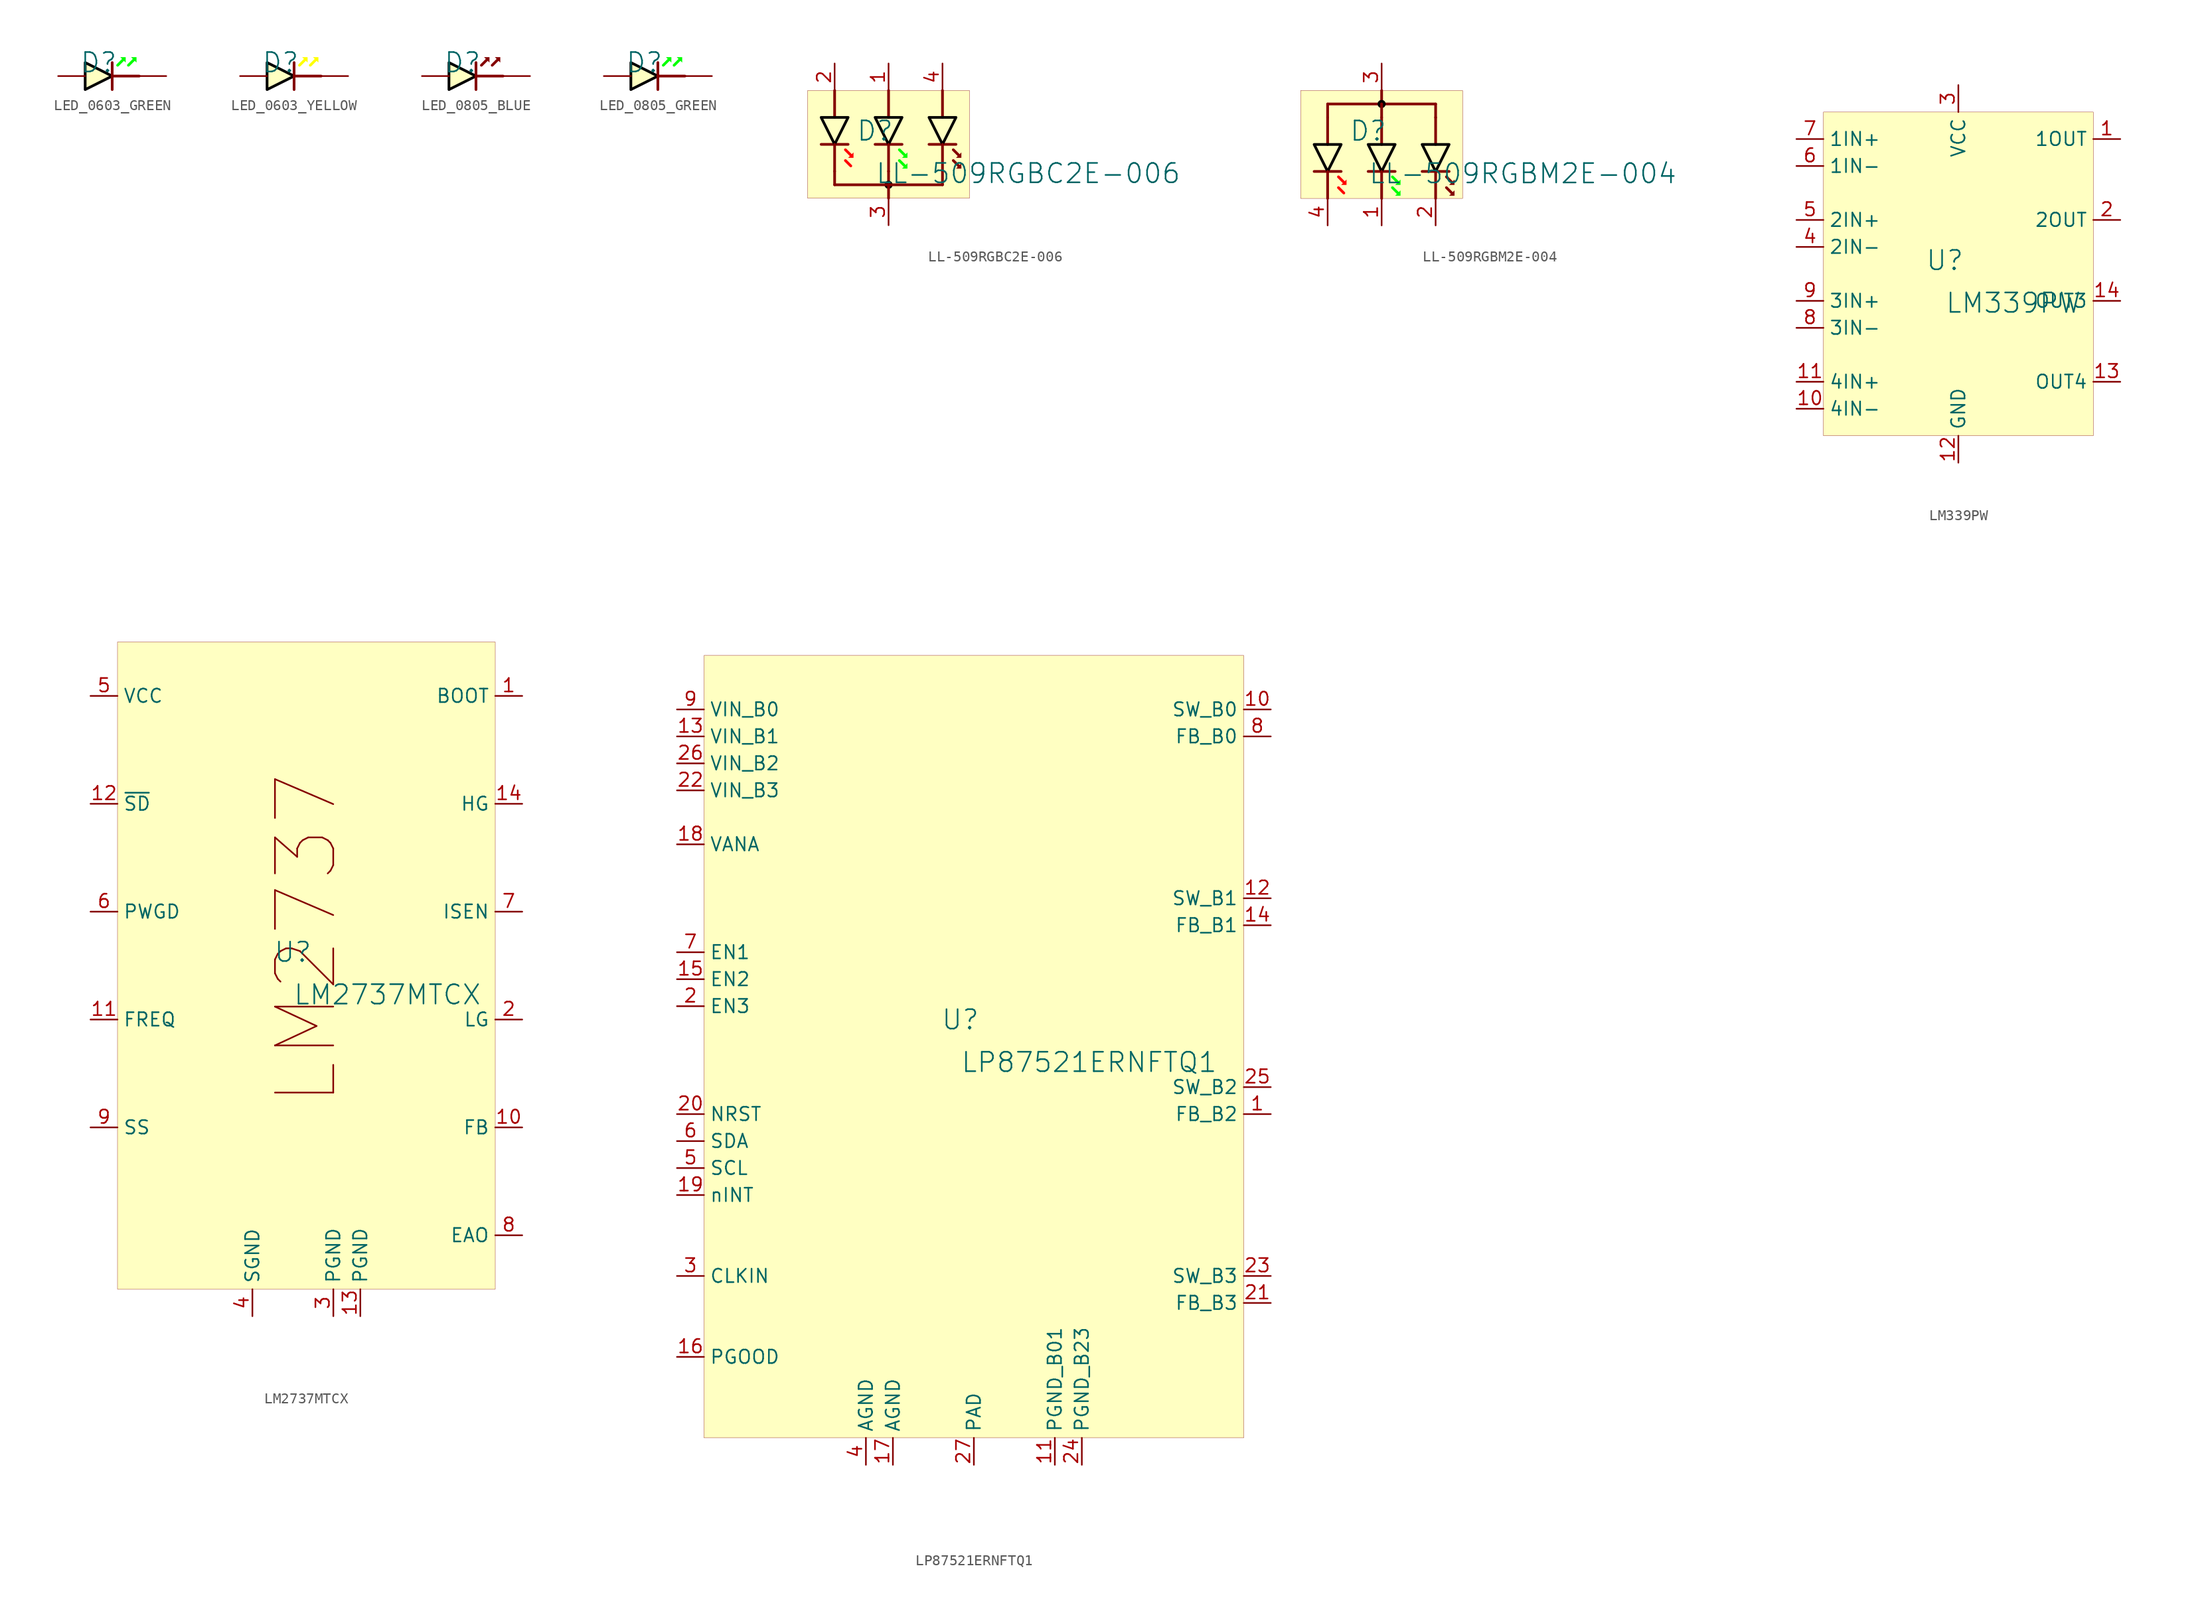
<source format=kicad_sym>
(kicad_symbol_lib
  (version 20231120)
  (generator "kicad_symbol_editor")
  (generator_version "8.0")
  (symbol "LED_0603_GREEN"
    (property "Reference" "D"
      (at -1.27 1.27 0)
      (effects (font (size 1.829 1.829))))
    (symbol "LED_0603_GREEN_1_0"
      (polyline (pts (xy 0 -1.27) (xy 0 1.27)) (stroke (width 0.254) (type solid)) (fill (type none)))
      (polyline (pts (xy 1.016 1.524) (xy 0.508 1.016)) (stroke (width 0.254) (type solid) (color 0 255 0 1)) (fill (type none)))
      (polyline (pts (xy 2.032 1.524) (xy 1.524 1.016)) (stroke (width 0.254) (type solid) (color 0 255 0 1)) (fill (type none)))
      (polyline (pts (xy 2.54 0) (xy 0 0)) (stroke (width 0.254) (type solid)) (fill (type none)))
      (polyline (pts (xy 0.762 1.778) (xy 1.27 1.27) (xy 1.27 1.778) (xy 0.762 1.778) (xy 0.762 1.778)) (stroke (width -0.0001) (type solid) (color 0 255 0 1)) (fill (type outline)))
      (polyline (pts (xy 1.778 1.778) (xy 2.286 1.27) (xy 2.286 1.778) (xy 1.778 1.778) (xy 1.778 1.778)) (stroke (width -0.0001) (type solid) (color 0 255 0 1)) (fill (type outline)))
      (polyline (pts (xy -2.54 0) (xy -2.54 1.27) (xy 0 0) (xy -2.54 -1.27) (xy -2.54 0) (xy -2.54 0)) (stroke (width 0.254) (type solid) (color 0 0 0 1)) (fill (type background)))
      (pin passive line (at -5.08 0 0) (length 2.54) (name "A" (effects (font (size 0 0)))) (number "A" (effects (font (size 0 0)))))
      (pin passive line (at 5.08 0 180) (length 2.54) (name "K" (effects (font (size 0 0)))) (number "K" (effects (font (size 0 0)))))))
  (symbol "LED_0603_YELLOW"
    (property "Reference" "D"
      (at -1.27 1.27 0)
      (effects (font (size 1.829 1.829))))
    (symbol "LED_0603_YELLOW_1_0"
      (polyline (pts (xy 0 -1.27) (xy 0 1.27)) (stroke (width 0.254) (type solid)) (fill (type none)))
      (polyline (pts (xy 1.016 1.524) (xy 0.508 1.016)) (stroke (width 0.254) (type solid) (color 255 255 0 1)) (fill (type none)))
      (polyline (pts (xy 2.032 1.524) (xy 1.524 1.016)) (stroke (width 0.254) (type solid) (color 255 255 0 1)) (fill (type none)))
      (polyline (pts (xy 2.54 0) (xy 0 0)) (stroke (width 0.254) (type solid)) (fill (type none)))
      (polyline (pts (xy 0.762 1.778) (xy 1.27 1.27) (xy 1.27 1.778) (xy 0.762 1.778) (xy 0.762 1.778)) (stroke (width -0.0001) (type solid) (color 255 255 0 1)) (fill (type outline)))
      (polyline (pts (xy 1.778 1.778) (xy 2.286 1.27) (xy 2.286 1.778) (xy 1.778 1.778) (xy 1.778 1.778)) (stroke (width -0.0001) (type solid) (color 255 255 0 1)) (fill (type outline)))
      (polyline (pts (xy -2.54 0) (xy -2.54 1.27) (xy 0 0) (xy -2.54 -1.27) (xy -2.54 0) (xy -2.54 0)) (stroke (width 0.254) (type solid) (color 0 0 0 1)) (fill (type background)))
      (pin passive line (at -5.08 0 0) (length 2.54) (name "A" (effects (font (size 0 0)))) (number "A" (effects (font (size 0 0)))))
      (pin passive line (at 5.08 0 180) (length 2.54) (name "K" (effects (font (size 0 0)))) (number "K" (effects (font (size 0 0)))))))
  (symbol "LED_0805_BLUE"
    (property "Reference" "D"
      (at -1.27 1.27 0)
      (effects (font (size 1.829 1.829))))
    (symbol "LED_0805_BLUE_1_0"
      (polyline (pts (xy 0 -1.27) (xy 0 1.27)) (stroke (width 0.254) (type solid)) (fill (type none)))
      (polyline (pts (xy 1.016 1.524) (xy 0.508 1.016)) (stroke (width 0.254) (type solid)) (fill (type none)))
      (polyline (pts (xy 2.032 1.524) (xy 1.524 1.016)) (stroke (width 0.254) (type solid)) (fill (type none)))
      (polyline (pts (xy 2.54 0) (xy 0 0)) (stroke (width 0.254) (type solid)) (fill (type none)))
      (polyline (pts (xy 0.762 1.778) (xy 1.27 1.27) (xy 1.27 1.778) (xy 0.762 1.778) (xy 0.762 1.778)) (stroke (width -0.0001) (type solid)) (fill (type outline)))
      (polyline (pts (xy 1.778 1.778) (xy 2.286 1.27) (xy 2.286 1.778) (xy 1.778 1.778) (xy 1.778 1.778)) (stroke (width -0.0001) (type solid)) (fill (type outline)))
      (polyline (pts (xy -2.54 0) (xy -2.54 1.27) (xy 0 0) (xy -2.54 -1.27) (xy -2.54 0) (xy -2.54 0)) (stroke (width 0.254) (type solid) (color 0 0 0 1)) (fill (type background)))
      (pin passive line (at -5.08 0 0) (length 2.54) (name "A" (effects (font (size 0 0)))) (number "A" (effects (font (size 0 0)))))
      (pin passive line (at 5.08 0 180) (length 2.54) (name "K" (effects (font (size 0 0)))) (number "K" (effects (font (size 0 0)))))))
  (symbol "LED_0805_GREEN"
    (property "Reference" "D"
      (at -1.27 1.27 0)
      (effects (font (size 1.829 1.829))))
    (symbol "LED_0805_GREEN_1_0"
      (polyline (pts (xy 0 -1.27) (xy 0 1.27)) (stroke (width 0.254) (type solid)) (fill (type none)))
      (polyline (pts (xy 1.016 1.524) (xy 0.508 1.016)) (stroke (width 0.254) (type solid) (color 0 255 0 1)) (fill (type none)))
      (polyline (pts (xy 2.032 1.524) (xy 1.524 1.016)) (stroke (width 0.254) (type solid) (color 0 255 0 1)) (fill (type none)))
      (polyline (pts (xy 2.54 0) (xy 0 0)) (stroke (width 0.254) (type solid)) (fill (type none)))
      (polyline (pts (xy 0.762 1.778) (xy 1.27 1.27) (xy 1.27 1.778) (xy 0.762 1.778) (xy 0.762 1.778)) (stroke (width -0.0001) (type solid) (color 0 255 0 1)) (fill (type outline)))
      (polyline (pts (xy 1.778 1.778) (xy 2.286 1.27) (xy 2.286 1.778) (xy 1.778 1.778) (xy 1.778 1.778)) (stroke (width -0.0001) (type solid) (color 0 255 0 1)) (fill (type outline)))
      (polyline (pts (xy -2.54 0) (xy -2.54 1.27) (xy 0 0) (xy -2.54 -1.27) (xy -2.54 0) (xy -2.54 0)) (stroke (width 0.254) (type solid) (color 0 0 0 1)) (fill (type background)))
      (pin passive line (at -5.08 0 0) (length 2.54) (name "A" (effects (font (size 0 0)))) (number "A" (effects (font (size 0 0)))))
      (pin passive line (at 5.08 0 180) (length 2.54) (name "K" (effects (font (size 0 0)))) (number "K" (effects (font (size 0 0)))))))
  (symbol "LL-509RGBC2E-006"
    (property "Reference" "D"
      (at -1.27 1.27 0)
      (effects (font (size 1.829 1.829))))
    (property "Value" "LL-509RGBC2E-006"
      (at -1.27 -3.81 0)
      (effects (font (size 1.829 1.829)) (justify left bottom)))
    (symbol "LL-509RGBC2E-006_1_0"
      (circle (center 0 -3.81) (radius 0.254) (stroke (width 0.254) (type solid) (color 0 0 0 1)) (fill (type none)))
      (polyline (pts (xy -6.35 0) (xy -3.81 0)) (stroke (width 0.254) (type solid)) (fill (type none)))
      (polyline (pts (xy -5.08 -3.81) (xy -5.08 -2.54)) (stroke (width 0.254) (type solid)) (fill (type none)))
      (polyline (pts (xy -5.08 -2.54) (xy -5.08 0)) (stroke (width 0.254) (type solid)) (fill (type none)))
      (polyline (pts (xy -5.08 2.54) (xy -5.08 5.08)) (stroke (width 0.254) (type solid)) (fill (type none)))
      (polyline (pts (xy -3.556 -2.032) (xy -4.064 -1.524)) (stroke (width 0.254) (type solid) (color 255 0 0 1)) (fill (type none)))
      (polyline (pts (xy -3.556 -1.016) (xy -4.064 -0.508)) (stroke (width 0.254) (type solid) (color 255 0 0 1)) (fill (type none)))
      (polyline (pts (xy -1.27 0) (xy 1.27 0)) (stroke (width 0.254) (type solid)) (fill (type none)))
      (polyline (pts (xy 0 -5.08) (xy 0 -3.81)) (stroke (width 0.254) (type solid)) (fill (type none)))
      (polyline (pts (xy 0 -3.81) (xy 0 -2.54)) (stroke (width 0.254) (type solid)) (fill (type none)))
      (polyline (pts (xy 0 -2.54) (xy 0 0)) (stroke (width 0.254) (type solid)) (fill (type none)))
      (polyline (pts (xy 0 2.54) (xy 0 5.08)) (stroke (width 0.254) (type solid)) (fill (type none)))
      (polyline (pts (xy 1.524 -2.032) (xy 1.016 -1.524)) (stroke (width 0.254) (type solid) (color 0 255 0 1)) (fill (type none)))
      (polyline (pts (xy 1.524 -1.016) (xy 1.016 -0.508)) (stroke (width 0.254) (type solid) (color 0 255 0 1)) (fill (type none)))
      (polyline (pts (xy 3.81 0) (xy 6.35 0)) (stroke (width 0.254) (type solid)) (fill (type none)))
      (polyline (pts (xy 5.08 -3.81) (xy -5.08 -3.81)) (stroke (width 0.254) (type solid)) (fill (type none)))
      (polyline (pts (xy 5.08 -3.81) (xy 5.08 -2.54)) (stroke (width 0.254) (type solid)) (fill (type none)))
      (polyline (pts (xy 5.08 -2.54) (xy 5.08 0)) (stroke (width 0.254) (type solid)) (fill (type none)))
      (polyline (pts (xy 5.08 2.54) (xy 5.08 5.08)) (stroke (width 0.254) (type solid)) (fill (type none)))
      (polyline (pts (xy 6.604 -2.032) (xy 6.096 -1.524)) (stroke (width 0.254) (type solid)) (fill (type none)))
      (polyline (pts (xy 6.604 -1.016) (xy 6.096 -0.508)) (stroke (width 0.254) (type solid)) (fill (type none)))
      (polyline (pts (xy -3.302 -0.762) (xy -3.81 -1.27) (xy -3.302 -1.27) (xy -3.302 -0.762) (xy -3.302 -0.762)) (stroke (width -0.0001) (type solid) (color 255 0 0 1)) (fill (type outline)))
      (polyline (pts (xy 1.778 -1.778) (xy 1.27 -2.286) (xy 1.778 -2.286) (xy 1.778 -1.778) (xy 1.778 -1.778)) (stroke (width -0.0001) (type solid) (color 0 255 0 1)) (fill (type outline)))
      (polyline (pts (xy 1.778 -0.762) (xy 1.27 -1.27) (xy 1.778 -1.27) (xy 1.778 -0.762) (xy 1.778 -0.762)) (stroke (width -0.0001) (type solid) (color 0 255 0 1)) (fill (type outline)))
      (polyline (pts (xy 6.858 -1.778) (xy 6.35 -2.286) (xy 6.858 -2.286) (xy 6.858 -1.778) (xy 6.858 -1.778)) (stroke (width -0.0001) (type solid)) (fill (type outline)))
      (polyline (pts (xy 6.858 -0.762) (xy 6.35 -1.27) (xy 6.858 -1.27) (xy 6.858 -0.762) (xy 6.858 -0.762)) (stroke (width -0.0001) (type solid)) (fill (type outline)))
      (polyline (pts (xy -5.08 2.54) (xy -3.81 2.54) (xy -5.08 0) (xy -6.35 2.54) (xy -5.08 2.54) (xy -5.08 2.54)) (stroke (width 0.254) (type solid) (color 0 0 0 1)) (fill (type background)))
      (polyline (pts (xy 0 2.54) (xy 1.27 2.54) (xy 0 0) (xy -1.27 2.54) (xy 0 2.54) (xy 0 2.54)) (stroke (width 0.254) (type solid) (color 0 0 0 1)) (fill (type background)))
      (polyline (pts (xy 5.08 2.54) (xy 6.35 2.54) (xy 5.08 0) (xy 3.81 2.54) (xy 5.08 2.54) (xy 5.08 2.54)) (stroke (width 0.254) (type solid) (color 0 0 0 1)) (fill (type background)))
      (rectangle (start 7.62 5.08) (end -7.62 -5.08) (stroke (width 0.025) (type solid) (color 128 0 0 1)) (fill (type background)))
      (pin passive line (at 0 7.62 270) (length 2.54) (name "AG" (effects (font (size 0 0)))) (number "1" (effects (font (size 1.27 1.27)))))
      (pin passive line (at -5.08 7.62 270) (length 2.54) (name "AR" (effects (font (size 0 0)))) (number "2" (effects (font (size 1.27 1.27)))))
      (pin passive line (at 0 -7.62 90) (length 2.54) (name "CC" (effects (font (size 0 0)))) (number "3" (effects (font (size 1.27 1.27)))))
      (pin passive line (at 5.08 7.62 270) (length 2.54) (name "AB" (effects (font (size 0 0)))) (number "4" (effects (font (size 1.27 1.27)))))))
  (symbol "LL-509RGBM2E-004"
    (property "Reference" "D"
      (at -1.27 1.27 0)
      (effects (font (size 1.829 1.829))))
    (property "Value" "LL-509RGBM2E-004"
      (at -1.27 -3.81 0)
      (effects (font (size 1.829 1.829)) (justify left bottom)))
    (symbol "LL-509RGBM2E-004_1_0"
      (polyline (pts (xy -6.35 -2.54) (xy -3.81 -2.54)) (stroke (width 0.254) (type solid)) (fill (type none)))
      (polyline (pts (xy -5.08 -5.08) (xy -5.08 -2.54)) (stroke (width 0.254) (type solid)) (fill (type none)))
      (polyline (pts (xy -5.08 0) (xy -5.08 2.54)) (stroke (width 0.254) (type solid)) (fill (type none)))
      (polyline (pts (xy -5.08 3.81) (xy -5.08 2.54)) (stroke (width 0.254) (type solid)) (fill (type none)))
      (polyline (pts (xy -5.08 3.81) (xy 5.08 3.81)) (stroke (width 0.254) (type solid)) (fill (type none)))
      (polyline (pts (xy -3.556 -4.572) (xy -4.064 -4.064)) (stroke (width 0.254) (type solid) (color 255 0 0 1)) (fill (type none)))
      (polyline (pts (xy -3.556 -3.556) (xy -4.064 -3.048)) (stroke (width 0.254) (type solid) (color 255 0 0 1)) (fill (type none)))
      (polyline (pts (xy -1.27 -2.54) (xy 1.27 -2.54)) (stroke (width 0.254) (type solid)) (fill (type none)))
      (polyline (pts (xy 0 -5.08) (xy 0 -2.54)) (stroke (width 0.254) (type solid)) (fill (type none)))
      (polyline (pts (xy 0 0) (xy 0 2.54)) (stroke (width 0.254) (type solid)) (fill (type none)))
      (polyline (pts (xy 0 3.81) (xy 0 2.54)) (stroke (width 0.254) (type solid)) (fill (type none)))
      (polyline (pts (xy 0 5.08) (xy 0 3.81)) (stroke (width 0.254) (type solid)) (fill (type none)))
      (polyline (pts (xy 1.524 -4.572) (xy 1.016 -4.064)) (stroke (width 0.254) (type solid) (color 0 255 0 1)) (fill (type none)))
      (polyline (pts (xy 1.524 -3.556) (xy 1.016 -3.048)) (stroke (width 0.254) (type solid) (color 0 255 0 1)) (fill (type none)))
      (polyline (pts (xy 3.81 -2.54) (xy 6.35 -2.54)) (stroke (width 0.254) (type solid)) (fill (type none)))
      (polyline (pts (xy 5.08 -5.08) (xy 5.08 -2.54)) (stroke (width 0.254) (type solid)) (fill (type none)))
      (polyline (pts (xy 5.08 0) (xy 5.08 2.54)) (stroke (width 0.254) (type solid)) (fill (type none)))
      (polyline (pts (xy 5.08 3.81) (xy 5.08 2.54)) (stroke (width 0.254) (type solid)) (fill (type none)))
      (polyline (pts (xy 6.604 -4.572) (xy 6.096 -4.064)) (stroke (width 0.254) (type solid)) (fill (type none)))
      (polyline (pts (xy 6.604 -3.556) (xy 6.096 -3.048)) (stroke (width 0.254) (type solid)) (fill (type none)))
      (polyline (pts (xy -3.302 -3.302) (xy -3.81 -3.81) (xy -3.302 -3.81) (xy -3.302 -3.302) (xy -3.302 -3.302)) (stroke (width -0.0001) (type solid) (color 255 0 0 1)) (fill (type outline)))
      (polyline (pts (xy 1.778 -4.318) (xy 1.27 -4.826) (xy 1.778 -4.826) (xy 1.778 -4.318) (xy 1.778 -4.318)) (stroke (width -0.0001) (type solid) (color 0 255 0 1)) (fill (type outline)))
      (polyline (pts (xy 1.778 -3.302) (xy 1.27 -3.81) (xy 1.778 -3.81) (xy 1.778 -3.302) (xy 1.778 -3.302)) (stroke (width -0.0001) (type solid) (color 0 255 0 1)) (fill (type outline)))
      (polyline (pts (xy 6.858 -4.318) (xy 6.35 -4.826) (xy 6.858 -4.826) (xy 6.858 -4.318) (xy 6.858 -4.318)) (stroke (width -0.0001) (type solid)) (fill (type outline)))
      (polyline (pts (xy 6.858 -3.302) (xy 6.35 -3.81) (xy 6.858 -3.81) (xy 6.858 -3.302) (xy 6.858 -3.302)) (stroke (width -0.0001) (type solid)) (fill (type outline)))
      (polyline (pts (xy -5.08 0) (xy -3.81 0) (xy -5.08 -2.54) (xy -6.35 0) (xy -5.08 0) (xy -5.08 0)) (stroke (width 0.254) (type solid) (color 0 0 0 1)) (fill (type background)))
      (polyline (pts (xy 0 0) (xy 1.27 0) (xy 0 -2.54) (xy -1.27 0) (xy 0 0) (xy 0 0)) (stroke (width 0.254) (type solid) (color 0 0 0 1)) (fill (type background)))
      (polyline (pts (xy 5.08 0) (xy 6.35 0) (xy 5.08 -2.54) (xy 3.81 0) (xy 5.08 0) (xy 5.08 0)) (stroke (width 0.254) (type solid) (color 0 0 0 1)) (fill (type background)))
      (circle (center 0 3.81) (radius 0.254) (stroke (width 0.254) (type solid) (color 0 0 0 1)) (fill (type none)))
      (rectangle (start 7.62 5.08) (end -7.62 -5.08) (stroke (width 0.025) (type solid) (color 128 0 0 1)) (fill (type background)))
      (pin passive line (at 0 -7.62 90) (length 2.54) (name "CG" (effects (font (size 0 0)))) (number "1" (effects (font (size 1.27 1.27)))))
      (pin passive line (at 5.08 -7.62 90) (length 2.54) (name "CB" (effects (font (size 0 0)))) (number "2" (effects (font (size 1.27 1.27)))))
      (pin passive line (at 0 7.62 270) (length 2.54) (name "AC" (effects (font (size 0 0)))) (number "3" (effects (font (size 1.27 1.27)))))
      (pin passive line (at -5.08 -7.62 90) (length 2.54) (name "CR" (effects (font (size 0 0)))) (number "4" (effects (font (size 1.27 1.27)))))))
  (symbol "LM339PW"
    (property "Reference" "U"
      (at -1.27 1.27 0)
      (effects (font (size 1.829 1.829))))
    (property "Value" "LM339PW"
      (at -1.27 -3.81 0)
      (effects (font (size 1.829 1.829)) (justify left bottom)))
    (symbol "LM339PW_1_0"
      (rectangle (start 12.7 15.24) (end -12.7 -15.24) (stroke (width 0.025) (type solid) (color 128 0 0 1)) (fill (type background)))
      (pin passive line (at 15.24 12.7 180) (length 2.54) (name "1OUT" (effects (font (size 1.27 1.27)))) (number "1" (effects (font (size 1.27 1.27)))))
      (pin passive line (at -15.24 -12.7 0) (length 2.54) (name "4IN-" (effects (font (size 1.27 1.27)))) (number "10" (effects (font (size 1.27 1.27)))))
      (pin passive line (at -15.24 -10.16 0) (length 2.54) (name "4IN+" (effects (font (size 1.27 1.27)))) (number "11" (effects (font (size 1.27 1.27)))))
      (pin passive line (at 0 -17.78 90) (length 2.54) (name "GND" (effects (font (size 1.27 1.27)))) (number "12" (effects (font (size 1.27 1.27)))))
      (pin passive line (at 15.24 -10.16 180) (length 2.54) (name "OUT4" (effects (font (size 1.27 1.27)))) (number "13" (effects (font (size 1.27 1.27)))))
      (pin passive line (at 15.24 -2.54 180) (length 2.54) (name "OUT3" (effects (font (size 1.27 1.27)))) (number "14" (effects (font (size 1.27 1.27)))))
      (pin passive line (at 15.24 5.08 180) (length 2.54) (name "2OUT" (effects (font (size 1.27 1.27)))) (number "2" (effects (font (size 1.27 1.27)))))
      (pin passive line (at 0 17.78 270) (length 2.54) (name "VCC" (effects (font (size 1.27 1.27)))) (number "3" (effects (font (size 1.27 1.27)))))
      (pin passive line (at -15.24 2.54 0) (length 2.54) (name "2IN-" (effects (font (size 1.27 1.27)))) (number "4" (effects (font (size 1.27 1.27)))))
      (pin passive line (at -15.24 5.08 0) (length 2.54) (name "2IN+" (effects (font (size 1.27 1.27)))) (number "5" (effects (font (size 1.27 1.27)))))
      (pin passive line (at -15.24 10.16 0) (length 2.54) (name "1IN-" (effects (font (size 1.27 1.27)))) (number "6" (effects (font (size 1.27 1.27)))))
      (pin passive line (at -15.24 12.7 0) (length 2.54) (name "1IN+" (effects (font (size 1.27 1.27)))) (number "7" (effects (font (size 1.27 1.27)))))
      (pin passive line (at -15.24 -5.08 0) (length 2.54) (name "3IN-" (effects (font (size 1.27 1.27)))) (number "8" (effects (font (size 1.27 1.27)))))
      (pin passive line (at -15.24 -2.54 0) (length 2.54) (name "3IN+" (effects (font (size 1.27 1.27)))) (number "9" (effects (font (size 1.27 1.27)))))))
  (symbol "LM2737MTCX"
    (property "Reference" "U"
      (at -1.27 1.27 0)
      (effects (font (size 1.829 1.829))))
    (property "Value" "LM2737MTCX"
      (at -1.27 -3.81 0)
      (effects (font (size 1.829 1.829)) (justify left bottom)))
    (symbol "LM2737MTCX_1_0"
      (rectangle (start 17.78 30.48) (end -17.78 -30.48) (stroke (width 0.025) (type solid) (color 128 0 0 1)) (fill (type background)))
      (text "LM2737" (at 0 2.54 900) (effects (font (size 5.486 5.486))))
      (pin output line (at 20.32 25.4 180) (length 2.54) (name "BOOT" (effects (font (size 1.27 1.27)))) (number "1" (effects (font (size 1.27 1.27)))))
      (pin input line (at 20.32 -15.24 180) (length 2.54) (name "FB" (effects (font (size 1.27 1.27)))) (number "10" (effects (font (size 1.27 1.27)))))
      (pin input line (at -20.32 -5.08 0) (length 2.54) (name "FREQ" (effects (font (size 1.27 1.27)))) (number "11" (effects (font (size 1.27 1.27)))))
      (pin input line (at -20.32 15.24 0) (length 2.54) (name "~{SD}" (effects (font (size 1.27 1.27)))) (number "12" (effects (font (size 1.27 1.27)))))
      (pin power_in line (at 5.08 -33.02 90) (length 2.54) (name "PGND" (effects (font (size 1.27 1.27)))) (number "13" (effects (font (size 1.27 1.27)))))
      (pin output line (at 20.32 15.24 180) (length 2.54) (name "HG" (effects (font (size 1.27 1.27)))) (number "14" (effects (font (size 1.27 1.27)))))
      (pin output line (at 20.32 -5.08 180) (length 2.54) (name "LG" (effects (font (size 1.27 1.27)))) (number "2" (effects (font (size 1.27 1.27)))))
      (pin power_in line (at 2.54 -33.02 90) (length 2.54) (name "PGND" (effects (font (size 1.27 1.27)))) (number "3" (effects (font (size 1.27 1.27)))))
      (pin power_in line (at -5.08 -33.02 90) (length 2.54) (name "SGND" (effects (font (size 1.27 1.27)))) (number "4" (effects (font (size 1.27 1.27)))))
      (pin power_in line (at -20.32 25.4 0) (length 2.54) (name "VCC" (effects (font (size 1.27 1.27)))) (number "5" (effects (font (size 1.27 1.27)))))
      (pin open_collector line (at -20.32 5.08 0) (length 2.54) (name "PWGD" (effects (font (size 1.27 1.27)))) (number "6" (effects (font (size 1.27 1.27)))))
      (pin input line (at 20.32 5.08 180) (length 2.54) (name "ISEN" (effects (font (size 1.27 1.27)))) (number "7" (effects (font (size 1.27 1.27)))))
      (pin input line (at 20.32 -25.4 180) (length 2.54) (name "EAO" (effects (font (size 1.27 1.27)))) (number "8" (effects (font (size 1.27 1.27)))))
      (pin input line (at -20.32 -15.24 0) (length 2.54) (name "SS" (effects (font (size 1.27 1.27)))) (number "9" (effects (font (size 1.27 1.27)))))))
  (symbol "LP87521ERNFTQ1"
    (property "Reference" "U"
      (at -1.27 1.27 0)
      (effects (font (size 1.829 1.829))))
    (property "Value" "LP87521ERNFTQ1"
      (at -1.27 -3.81 0)
      (effects (font (size 1.829 1.829)) (justify left bottom)))
    (symbol "LP87521ERNFTQ1_1_0"
      (rectangle (start 25.4 35.56) (end -25.4 -38.1) (stroke (width 0.025) (type solid) (color 128 0 0 1)) (fill (type background)))
      (pin passive line (at 27.94 -7.62 180) (length 2.54) (name "FB_B2" (effects (font (size 1.27 1.27)))) (number "1" (effects (font (size 1.27 1.27)))))
      (pin passive line (at 27.94 30.48 180) (length 2.54) (name "SW_B0" (effects (font (size 1.27 1.27)))) (number "10" (effects (font (size 1.27 1.27)))))
      (pin passive line (at 7.62 -40.64 90) (length 2.54) (name "PGND_B01" (effects (font (size 1.27 1.27)))) (number "11" (effects (font (size 1.27 1.27)))))
      (pin passive line (at 27.94 12.7 180) (length 2.54) (name "SW_B1" (effects (font (size 1.27 1.27)))) (number "12" (effects (font (size 1.27 1.27)))))
      (pin passive line (at -27.94 27.94 0) (length 2.54) (name "VIN_B1" (effects (font (size 1.27 1.27)))) (number "13" (effects (font (size 1.27 1.27)))))
      (pin passive line (at 27.94 10.16 180) (length 2.54) (name "FB_B1" (effects (font (size 1.27 1.27)))) (number "14" (effects (font (size 1.27 1.27)))))
      (pin passive line (at -27.94 5.08 0) (length 2.54) (name "EN2" (effects (font (size 1.27 1.27)))) (number "15" (effects (font (size 1.27 1.27)))))
      (pin passive line (at -27.94 -30.48 0) (length 2.54) (name "PGOOD" (effects (font (size 1.27 1.27)))) (number "16" (effects (font (size 1.27 1.27)))))
      (pin passive line (at -7.62 -40.64 90) (length 2.54) (name "AGND" (effects (font (size 1.27 1.27)))) (number "17" (effects (font (size 1.27 1.27)))))
      (pin passive line (at -27.94 17.78 0) (length 2.54) (name "VANA" (effects (font (size 1.27 1.27)))) (number "18" (effects (font (size 1.27 1.27)))))
      (pin passive line (at -27.94 -15.24 0) (length 2.54) (name "nINT" (effects (font (size 1.27 1.27)))) (number "19" (effects (font (size 1.27 1.27)))))
      (pin passive line (at -27.94 2.54 0) (length 2.54) (name "EN3" (effects (font (size 1.27 1.27)))) (number "2" (effects (font (size 1.27 1.27)))))
      (pin passive line (at -27.94 -7.62 0) (length 2.54) (name "NRST" (effects (font (size 1.27 1.27)))) (number "20" (effects (font (size 1.27 1.27)))))
      (pin passive line (at 27.94 -25.4 180) (length 2.54) (name "FB_B3" (effects (font (size 1.27 1.27)))) (number "21" (effects (font (size 1.27 1.27)))))
      (pin passive line (at -27.94 22.86 0) (length 2.54) (name "VIN_B3" (effects (font (size 1.27 1.27)))) (number "22" (effects (font (size 1.27 1.27)))))
      (pin passive line (at 27.94 -22.86 180) (length 2.54) (name "SW_B3" (effects (font (size 1.27 1.27)))) (number "23" (effects (font (size 1.27 1.27)))))
      (pin passive line (at 10.16 -40.64 90) (length 2.54) (name "PGND_B23" (effects (font (size 1.27 1.27)))) (number "24" (effects (font (size 1.27 1.27)))))
      (pin passive line (at 27.94 -5.08 180) (length 2.54) (name "SW_B2" (effects (font (size 1.27 1.27)))) (number "25" (effects (font (size 1.27 1.27)))))
      (pin passive line (at -27.94 25.4 0) (length 2.54) (name "VIN_B2" (effects (font (size 1.27 1.27)))) (number "26" (effects (font (size 1.27 1.27)))))
      (pin passive line (at 0 -40.64 90) (length 2.54) (name "PAD" (effects (font (size 1.27 1.27)))) (number "27" (effects (font (size 1.27 1.27)))))
      (pin passive line (at -27.94 -22.86 0) (length 2.54) (name "CLKIN" (effects (font (size 1.27 1.27)))) (number "3" (effects (font (size 1.27 1.27)))))
      (pin passive line (at -10.16 -40.64 90) (length 2.54) (name "AGND" (effects (font (size 1.27 1.27)))) (number "4" (effects (font (size 1.27 1.27)))))
      (pin passive line (at -27.94 -12.7 0) (length 2.54) (name "SCL" (effects (font (size 1.27 1.27)))) (number "5" (effects (font (size 1.27 1.27)))))
      (pin passive line (at -27.94 -10.16 0) (length 2.54) (name "SDA" (effects (font (size 1.27 1.27)))) (number "6" (effects (font (size 1.27 1.27)))))
      (pin passive line (at -27.94 7.62 0) (length 2.54) (name "EN1" (effects (font (size 1.27 1.27)))) (number "7" (effects (font (size 1.27 1.27)))))
      (pin passive line (at 27.94 27.94 180) (length 2.54) (name "FB_B0" (effects (font (size 1.27 1.27)))) (number "8" (effects (font (size 1.27 1.27)))))
      (pin passive line (at -27.94 30.48 0) (length 2.54) (name "VIN_B0" (effects (font (size 1.27 1.27)))) (number "9" (effects (font (size 1.27 1.27))))))))
</source>
